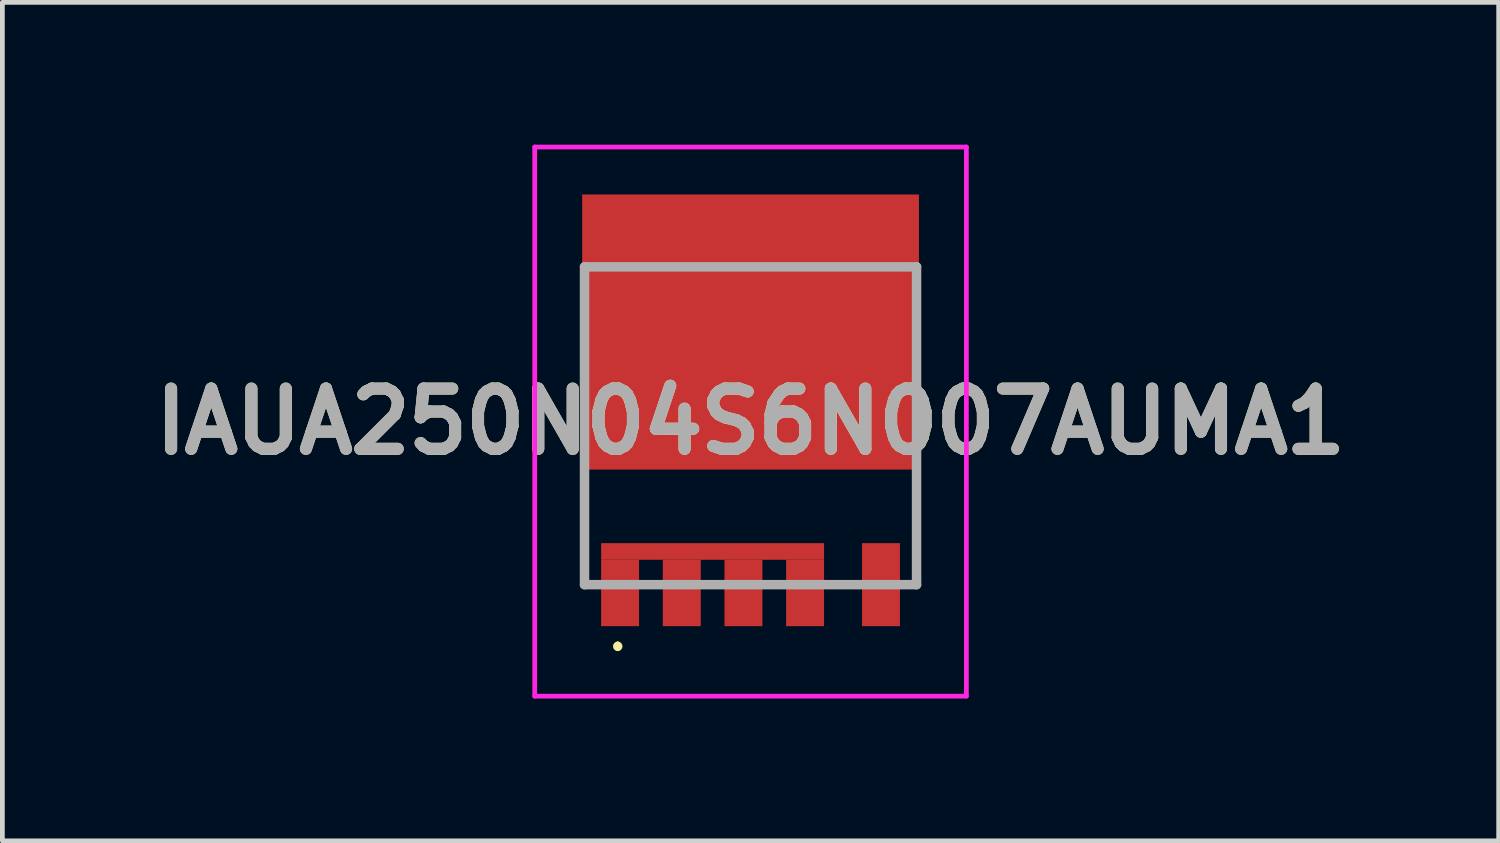
<source format=kicad_pcb>
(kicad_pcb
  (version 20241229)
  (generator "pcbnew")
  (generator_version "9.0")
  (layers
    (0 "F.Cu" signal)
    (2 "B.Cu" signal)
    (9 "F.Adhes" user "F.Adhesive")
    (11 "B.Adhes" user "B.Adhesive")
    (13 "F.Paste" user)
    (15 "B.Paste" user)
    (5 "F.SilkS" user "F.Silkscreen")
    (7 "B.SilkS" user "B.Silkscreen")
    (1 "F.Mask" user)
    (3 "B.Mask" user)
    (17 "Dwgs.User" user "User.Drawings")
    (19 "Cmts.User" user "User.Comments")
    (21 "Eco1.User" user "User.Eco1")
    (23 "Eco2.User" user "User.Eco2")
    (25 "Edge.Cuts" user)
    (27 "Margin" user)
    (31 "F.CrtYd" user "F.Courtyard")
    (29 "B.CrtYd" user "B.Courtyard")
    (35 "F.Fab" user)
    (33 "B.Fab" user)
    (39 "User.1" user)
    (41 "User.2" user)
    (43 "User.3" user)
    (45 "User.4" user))
  (footprint "IAUA250N04S6N007AUMA1"
    (layer "F.Cu")
    (at 12.773 6.85)
    (property "Reference" "IAUA250N04S6N007AUMA1" (at 0 -1.012 0) (layer "F.SilkS") (effects (font (size 1.27 1.27) (thickness 0.254))))
    (attr smd)
    (fp_line (start -3.5 0.276) (end -3.5 2.426) (stroke (width 0.1) (type solid)) (layer "F.SilkS"))
    (fp_line (start -2.8 3.676) (end -2.8 3.676) (stroke (width 0.1) (type solid)) (layer "F.SilkS"))
    (fp_line (start -2.8 3.776) (end -2.8 3.776) (stroke (width 0.1) (type solid)) (layer "F.SilkS"))
    (fp_line (start 3.5 0.276) (end 3.5 2.426) (stroke (width 0.1) (type solid)) (layer "F.SilkS"))
    (fp_arc (start -2.8 3.676) (mid -2.75 3.726) (end -2.8 3.776) (stroke (width 0.1) (type solid)) (layer "F.SilkS"))
    (fp_arc (start -2.8 3.776) (mid -2.85 3.726) (end -2.8 3.676) (stroke (width 0.1) (type solid)) (layer "F.SilkS"))
    (fp_line (start -4.55 -6.8) (end 4.55 -6.8) (stroke (width 0.1) (type solid)) (layer "F.CrtYd"))
    (fp_line (start -4.55 4.776) (end -4.55 -6.8) (stroke (width 0.1) (type solid)) (layer "F.CrtYd"))
    (fp_line (start 4.55 -6.8) (end 4.55 4.776) (stroke (width 0.1) (type solid)) (layer "F.CrtYd"))
    (fp_line (start 4.55 4.776) (end -4.55 4.776) (stroke (width 0.1) (type solid)) (layer "F.CrtYd"))
    (fp_line (start -3.5 -4.274) (end 3.5 -4.274) (stroke (width 0.2) (type solid)) (layer "F.Fab"))
    (fp_line (start -3.5 2.426) (end -3.5 -4.274) (stroke (width 0.2) (type solid)) (layer "F.Fab"))
    (fp_line (start 3.5 -4.274) (end 3.5 2.426) (stroke (width 0.2) (type solid)) (layer "F.Fab"))
    (fp_line (start 3.5 2.426) (end -3.5 2.426) (stroke (width 0.2) (type solid)) (layer "F.Fab"))
    (fp_text user "${REFERENCE}" (at 0 -1.012 0) (layer "F.Fab") (effects (font (size 1.27 1.27) (thickness 0.254))))
    (pad "1" smd rect (at -2.75 2.601) (size 0.8 1.4) (layers "F.Cu" "F.Mask" "F.Paste"))
    (pad "2" smd rect (at -1.45 2.601) (size 0.8 1.4) (layers "F.Cu" "F.Mask" "F.Paste"))
    (pad "3" smd rect (at -0.15 2.601) (size 0.8 1.4) (layers "F.Cu" "F.Mask" "F.Paste"))
    (pad "4" smd rect (at 1.15 2.601) (size 0.8 1.4) (layers "F.Cu" "F.Mask" "F.Paste"))
    (pad "5" smd rect (at 2.75 2.426) (size 0.8 1.75) (layers "F.Cu" "F.Mask" "F.Paste"))
    (pad "6" smd rect (at 0 -2.9 90) (size 5.8 7.1) (layers "F.Cu" "F.Mask" "F.Paste"))
    (pad "7" smd rect (at -0.8 1.726 90) (size 0.35 4.7) (layers "F.Cu" "F.Mask" "F.Paste")))
  (gr_rect
    (start -3 -3)
    (end 28.545 14.676)
    (stroke (width 0.1) (type default))
    (fill no)
    (layer "Edge.Cuts")))
</source>
